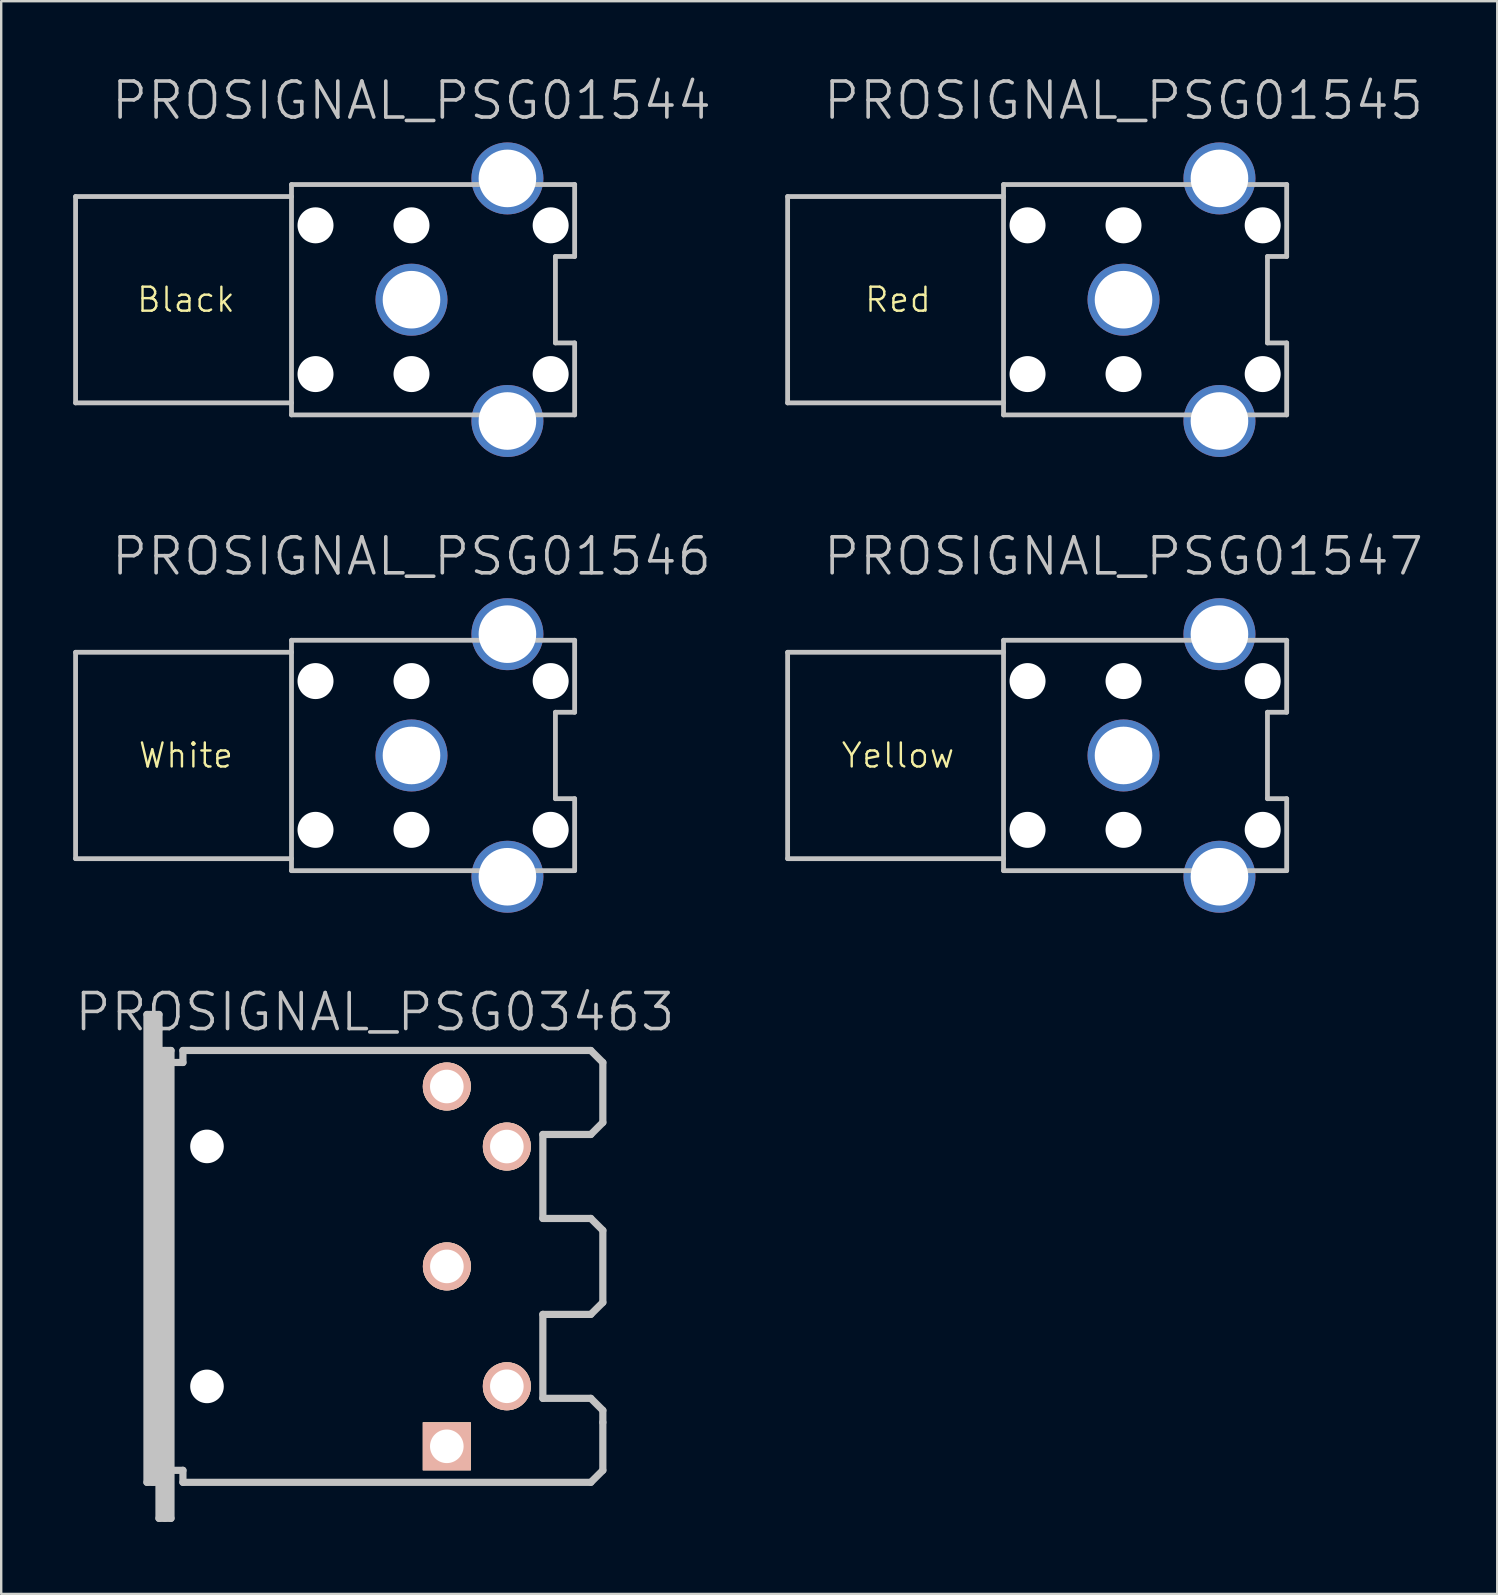
<source format=kicad_pcb>
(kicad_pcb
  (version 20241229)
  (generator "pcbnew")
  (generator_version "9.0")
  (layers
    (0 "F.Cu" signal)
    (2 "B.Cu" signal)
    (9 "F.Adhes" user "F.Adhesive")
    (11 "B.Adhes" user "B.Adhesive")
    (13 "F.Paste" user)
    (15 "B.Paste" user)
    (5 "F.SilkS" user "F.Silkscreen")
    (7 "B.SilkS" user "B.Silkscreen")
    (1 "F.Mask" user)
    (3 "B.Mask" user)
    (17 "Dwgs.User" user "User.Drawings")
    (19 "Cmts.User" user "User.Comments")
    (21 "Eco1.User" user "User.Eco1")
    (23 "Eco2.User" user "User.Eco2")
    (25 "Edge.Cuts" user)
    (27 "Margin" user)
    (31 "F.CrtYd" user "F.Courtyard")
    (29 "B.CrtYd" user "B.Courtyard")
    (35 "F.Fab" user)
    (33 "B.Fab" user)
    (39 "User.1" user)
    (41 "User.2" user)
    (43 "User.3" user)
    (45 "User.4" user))
  (footprint "PROSIGNAL_PSG03463"
    (layer "F.Cu")
    (at 12.575 49.731)
    (property "Reference" "PROSIGNAL_PSG03463" (at 0 -10.6 180) (layer "Dwgs.User") (effects (font (size 1.5 1.5) (thickness 0.15))))
    (attr through_hole)
    (fp_line (start -9.5 -10.5) (end -8.999 -10.5) (stroke (width 0.3) (type solid)) (layer "Dwgs.User"))
    (fp_line (start -9.5 8.999) (end -9.5 -10.5) (stroke (width 0.3) (type solid)) (layer "Dwgs.User"))
    (fp_line (start -9.251 -10.5) (end -9.251 8.999) (stroke (width 0.3) (type solid)) (layer "Dwgs.User"))
    (fp_line (start -8.999 -10.5) (end -8.999 -8.999) (stroke (width 0.3) (type solid)) (layer "Dwgs.User"))
    (fp_line (start -8.999 -8.999) (end -8.499 -8.999) (stroke (width 0.3) (type solid)) (layer "Dwgs.User"))
    (fp_line (start -8.999 8.999) (end -9.5 8.999) (stroke (width 0.3) (type solid)) (layer "Dwgs.User"))
    (fp_line (start -8.999 8.999) (end -8.999 -8.999) (stroke (width 0.3) (type solid)) (layer "Dwgs.User"))
    (fp_line (start -8.999 10.5) (end -8.999 8.999) (stroke (width 0.3) (type solid)) (layer "Dwgs.User"))
    (fp_line (start -8.75 -8.999) (end -8.75 10.5) (stroke (width 0.3) (type solid)) (layer "Dwgs.User"))
    (fp_line (start -8.499 -8.999) (end -8.499 10.5) (stroke (width 0.3) (type solid)) (layer "Dwgs.User"))
    (fp_line (start -8.499 8.499) (end -8.001 8.499) (stroke (width 0.3) (type solid)) (layer "Dwgs.User"))
    (fp_line (start -8.499 10.5) (end -8.999 10.5) (stroke (width 0.3) (type solid)) (layer "Dwgs.User"))
    (fp_line (start -8.001 -8.999) (end -8.001 -8.499) (stroke (width 0.3) (type solid)) (layer "Dwgs.User"))
    (fp_line (start -8.001 -8.499) (end -8.499 -8.499) (stroke (width 0.3) (type solid)) (layer "Dwgs.User"))
    (fp_line (start -8.001 8.999) (end -8.001 8.499) (stroke (width 0.3) (type solid)) (layer "Dwgs.User"))
    (fp_line (start 7 -5.499) (end 7 -1.999) (stroke (width 0.3) (type solid)) (layer "Dwgs.User"))
    (fp_line (start 7 5.499) (end 7 1.999) (stroke (width 0.3) (type solid)) (layer "Dwgs.User"))
    (fp_line (start 8.999 -8.999) (end -8.001 -8.999) (stroke (width 0.3) (type solid)) (layer "Dwgs.User"))
    (fp_line (start 8.999 -8.999) (end 9.5 -8.499) (stroke (width 0.3) (type solid)) (layer "Dwgs.User"))
    (fp_line (start 8.999 -5.499) (end 7 -5.499) (stroke (width 0.3) (type solid)) (layer "Dwgs.User"))
    (fp_line (start 8.999 -1.999) (end 7 -1.999) (stroke (width 0.3) (type solid)) (layer "Dwgs.User"))
    (fp_line (start 8.999 1.999) (end 7 1.999) (stroke (width 0.3) (type solid)) (layer "Dwgs.User"))
    (fp_line (start 8.999 5.499) (end 7 5.499) (stroke (width 0.3) (type solid)) (layer "Dwgs.User"))
    (fp_line (start 8.999 8.999) (end -8.001 8.999) (stroke (width 0.3) (type solid)) (layer "Dwgs.User"))
    (fp_line (start 8.999 8.999) (end 9.5 8.499) (stroke (width 0.3) (type solid)) (layer "Dwgs.User"))
    (fp_line (start 9.5 -8.499) (end 9.5 -5.999) (stroke (width 0.3) (type solid)) (layer "Dwgs.User"))
    (fp_line (start 9.5 -5.999) (end 8.999 -5.499) (stroke (width 0.3) (type solid)) (layer "Dwgs.User"))
    (fp_line (start 9.5 -1.501) (end 8.999 -1.999) (stroke (width 0.3) (type solid)) (layer "Dwgs.User"))
    (fp_line (start 9.5 -1.501) (end 9.5 1.501) (stroke (width 0.3) (type solid)) (layer "Dwgs.User"))
    (fp_line (start 9.5 1.501) (end 8.999 1.999) (stroke (width 0.3) (type solid)) (layer "Dwgs.User"))
    (fp_line (start 9.5 5.999) (end 8.999 5.499) (stroke (width 0.3) (type solid)) (layer "Dwgs.User"))
    (fp_line (start 9.5 6.5) (end 9.5 5.999) (stroke (width 0.3) (type solid)) (layer "Dwgs.User"))
    (fp_line (start 9.5 8.499) (end 9.5 6.5) (stroke (width 0.3) (type solid)) (layer "Dwgs.User"))
    (pad "" np_thru_hole circle (at -6.998 -5.001 270) (size 1.4 1.4) (drill 1.4) (layers "*.Cu" "*.Mask"))
    (pad "" np_thru_hole circle (at -6.998 5.001 270) (size 1.4 1.4) (drill 1.4) (layers "*.Cu" "*.Mask"))
    (pad "1" thru_hole rect (at 2.997 7.498 270) (size 2 2) (drill 1.4) (layers "*.Cu" "*.SilkS" "*.Mask"))
    (pad "2" thru_hole circle (at 3 0 270) (size 2 2) (drill 1.4) (layers "*.Cu" "*.SilkS" "*.Mask"))
    (pad "3" thru_hole circle (at 2.997 -7.498 270) (size 2 2) (drill 1.4) (layers "*.Cu" "*.SilkS" "*.Mask"))
    (pad "4" thru_hole circle (at 5.499 4.996 270) (size 2 2) (drill 1.4) (layers "*.Cu" "*.SilkS" "*.Mask"))
    (pad "5" thru_hole circle (at 5.499 -4.996 270) (size 2 2) (drill 1.4) (layers "*.Cu" "*.SilkS" "*.Mask")))
  (footprint "PROSIGNAL_PSG01545"
    (layer "F.Cu")
    (at 43.776 9.441)
    (property "Reference" "PROSIGNAL_PSG01545" (at 0 -8.3 180) (layer "Dwgs.User") (effects (font (size 1.5 1.5) (thickness 0.15))))
    (attr through_hole)
    (fp_line (start -14 -4.3) (end -14 4.3) (stroke (width 0.2) (type solid)) (layer "Dwgs.User"))
    (fp_line (start -14 4.3) (end -5.001 4.3) (stroke (width 0.2) (type solid)) (layer "Dwgs.User"))
    (fp_line (start -5.001 -4.3) (end -14 -4.3) (stroke (width 0.2) (type solid)) (layer "Dwgs.User"))
    (fp_line (start -5.001 4.801) (end -5.001 -4.801) (stroke (width 0.2) (type solid)) (layer "Dwgs.User"))
    (fp_line (start -4.999 -4.801) (end 6.802 -4.801) (stroke (width 0.2) (type solid)) (layer "Dwgs.User"))
    (fp_line (start 3.099 -5.4) (end 4.9 -5.4) (stroke (width 0.2) (type solid)) (layer "Dwgs.User"))
    (fp_line (start 3.099 -4.801) (end 3.099 -5.4) (stroke (width 0.2) (type solid)) (layer "Dwgs.User"))
    (fp_line (start 3.099 5.4) (end 3.099 4.801) (stroke (width 0.2) (type solid)) (layer "Dwgs.User"))
    (fp_line (start 4.9 -5.4) (end 4.9 -4.801) (stroke (width 0.2) (type solid)) (layer "Dwgs.User"))
    (fp_line (start 4.9 4.801) (end 4.9 5.4) (stroke (width 0.2) (type solid)) (layer "Dwgs.User"))
    (fp_line (start 4.9 5.4) (end 3.099 5.4) (stroke (width 0.2) (type solid)) (layer "Dwgs.User"))
    (fp_line (start 5.999 -1.801) (end 5.999 1.801) (stroke (width 0.2) (type solid)) (layer "Dwgs.User"))
    (fp_line (start 5.999 1.801) (end 6.8 1.801) (stroke (width 0.2) (type solid)) (layer "Dwgs.User"))
    (fp_line (start 6.8 -4.801) (end 6.8 -1.801) (stroke (width 0.2) (type solid)) (layer "Dwgs.User"))
    (fp_line (start 6.8 -1.801) (end 5.999 -1.801) (stroke (width 0.2) (type solid)) (layer "Dwgs.User"))
    (fp_line (start 6.8 1.801) (end 6.8 4.801) (stroke (width 0.2) (type solid)) (layer "Dwgs.User"))
    (fp_line (start 6.8 4.801) (end -5.001 4.801) (stroke (width 0.2) (type solid)) (layer "Dwgs.User"))
    (fp_circle (center -4 -3.1) (end -3.949 -3.6) (stroke (width 0.2) (type solid)) (fill no) (layer "Dwgs.User"))
    (fp_circle (center -4 3.1) (end -3.949 2.6) (stroke (width 0.2) (type solid)) (fill no) (layer "Dwgs.User"))
    (fp_circle (center 0 -3.1) (end 0 -3.6) (stroke (width 0.2) (type solid)) (fill no) (layer "Dwgs.User"))
    (fp_circle (center 0 3.1) (end 0.051 2.6) (stroke (width 0.2) (type solid)) (fill no) (layer "Dwgs.User"))
    (fp_circle (center 5.8 -3.1) (end 5.851 -3.6) (stroke (width 0.2) (type solid)) (fill no) (layer "Dwgs.User"))
    (fp_circle (center 5.8 3.1) (end 5.851 2.6) (stroke (width 0.2) (type solid)) (fill no) (layer "Dwgs.User"))
    (fp_text user "Red" (at -9.4 0 0) (layer "F.SilkS") (effects (font (size 1 1) (thickness 0.1))))
    (pad "" np_thru_hole circle (at -4 -3.1 270) (size 1.5 1.5) (drill 1.5) (layers "*.Cu" "*.Mask"))
    (pad "" np_thru_hole circle (at -4 3.1 270) (size 1.5 1.5) (drill 1.5) (layers "*.Cu" "*.Mask"))
    (pad "" np_thru_hole circle (at 0 -3.1 270) (size 1.5 1.5) (drill 1.5) (layers "*.Cu" "*.Mask"))
    (pad "" np_thru_hole circle (at 0 3.1 270) (size 1.5 1.5) (drill 1.5) (layers "*.Cu" "*.Mask"))
    (pad "" np_thru_hole circle (at 5.8 -3.1 270) (size 1.5 1.5) (drill 1.5) (layers "*.Cu" "*.Mask"))
    (pad "" np_thru_hole circle (at 5.8 3.1 270) (size 1.5 1.5) (drill 1.5) (layers "*.Cu" "*.Mask"))
    (pad "1" thru_hole circle (at 0 0 270) (size 3 3) (drill 2.4) (layers "*.Cu" "*.Mask"))
    (pad "2" thru_hole circle (at 3.998 -5.055 270) (size 3 3) (drill 2.4) (layers "*.Cu" "*.Mask"))
    (pad "2" thru_hole circle (at 3.998 5.055 270) (size 3 3) (drill 2.4) (layers "*.Cu" "*.Mask")))
  (footprint "PROSIGNAL_PSG01546"
    (layer "F.Cu")
    (at 14.1 28.436)
    (property "Reference" "PROSIGNAL_PSG01546" (at 0 -8.3 180) (layer "Dwgs.User") (effects (font (size 1.5 1.5) (thickness 0.15))))
    (attr through_hole)
    (fp_line (start -14 -4.3) (end -14 4.3) (stroke (width 0.2) (type solid)) (layer "Dwgs.User"))
    (fp_line (start -14 4.3) (end -5.001 4.3) (stroke (width 0.2) (type solid)) (layer "Dwgs.User"))
    (fp_line (start -5.001 -4.3) (end -14 -4.3) (stroke (width 0.2) (type solid)) (layer "Dwgs.User"))
    (fp_line (start -5.001 4.801) (end -5.001 -4.801) (stroke (width 0.2) (type solid)) (layer "Dwgs.User"))
    (fp_line (start -4.999 -4.801) (end 6.802 -4.801) (stroke (width 0.2) (type solid)) (layer "Dwgs.User"))
    (fp_line (start 3.099 -5.4) (end 4.9 -5.4) (stroke (width 0.2) (type solid)) (layer "Dwgs.User"))
    (fp_line (start 3.099 -4.801) (end 3.099 -5.4) (stroke (width 0.2) (type solid)) (layer "Dwgs.User"))
    (fp_line (start 3.099 5.4) (end 3.099 4.801) (stroke (width 0.2) (type solid)) (layer "Dwgs.User"))
    (fp_line (start 4.9 -5.4) (end 4.9 -4.801) (stroke (width 0.2) (type solid)) (layer "Dwgs.User"))
    (fp_line (start 4.9 4.801) (end 4.9 5.4) (stroke (width 0.2) (type solid)) (layer "Dwgs.User"))
    (fp_line (start 4.9 5.4) (end 3.099 5.4) (stroke (width 0.2) (type solid)) (layer "Dwgs.User"))
    (fp_line (start 5.999 -1.801) (end 5.999 1.801) (stroke (width 0.2) (type solid)) (layer "Dwgs.User"))
    (fp_line (start 5.999 1.801) (end 6.8 1.801) (stroke (width 0.2) (type solid)) (layer "Dwgs.User"))
    (fp_line (start 6.8 -4.801) (end 6.8 -1.801) (stroke (width 0.2) (type solid)) (layer "Dwgs.User"))
    (fp_line (start 6.8 -1.801) (end 5.999 -1.801) (stroke (width 0.2) (type solid)) (layer "Dwgs.User"))
    (fp_line (start 6.8 1.801) (end 6.8 4.801) (stroke (width 0.2) (type solid)) (layer "Dwgs.User"))
    (fp_line (start 6.8 4.801) (end -5.001 4.801) (stroke (width 0.2) (type solid)) (layer "Dwgs.User"))
    (fp_circle (center -4 -3.1) (end -3.949 -3.6) (stroke (width 0.2) (type solid)) (fill no) (layer "Dwgs.User"))
    (fp_circle (center -4 3.1) (end -3.949 2.6) (stroke (width 0.2) (type solid)) (fill no) (layer "Dwgs.User"))
    (fp_circle (center 0 -3.1) (end 0 -3.6) (stroke (width 0.2) (type solid)) (fill no) (layer "Dwgs.User"))
    (fp_circle (center 0 3.1) (end 0.051 2.6) (stroke (width 0.2) (type solid)) (fill no) (layer "Dwgs.User"))
    (fp_circle (center 5.8 -3.1) (end 5.851 -3.6) (stroke (width 0.2) (type solid)) (fill no) (layer "Dwgs.User"))
    (fp_circle (center 5.8 3.1) (end 5.851 2.6) (stroke (width 0.2) (type solid)) (fill no) (layer "Dwgs.User"))
    (fp_text user "White" (at -9.4 0 0) (layer "F.SilkS") (effects (font (size 1 1) (thickness 0.1))))
    (pad "" np_thru_hole circle (at -4 -3.1 270) (size 1.5 1.5) (drill 1.5) (layers "*.Cu" "*.Mask"))
    (pad "" np_thru_hole circle (at -4 3.1 270) (size 1.5 1.5) (drill 1.5) (layers "*.Cu" "*.Mask"))
    (pad "" np_thru_hole circle (at 0 -3.1 270) (size 1.5 1.5) (drill 1.5) (layers "*.Cu" "*.Mask"))
    (pad "" np_thru_hole circle (at 0 3.1 270) (size 1.5 1.5) (drill 1.5) (layers "*.Cu" "*.Mask"))
    (pad "" np_thru_hole circle (at 5.8 -3.1 270) (size 1.5 1.5) (drill 1.5) (layers "*.Cu" "*.Mask"))
    (pad "" np_thru_hole circle (at 5.8 3.1 270) (size 1.5 1.5) (drill 1.5) (layers "*.Cu" "*.Mask"))
    (pad "1" thru_hole circle (at 0 0 270) (size 3 3) (drill 2.4) (layers "*.Cu" "*.Mask"))
    (pad "2" thru_hole circle (at 3.998 -5.055 270) (size 3 3) (drill 2.4) (layers "*.Cu" "*.Mask"))
    (pad "2" thru_hole circle (at 3.998 5.055 270) (size 3 3) (drill 2.4) (layers "*.Cu" "*.Mask")))
  (footprint "PROSIGNAL_PSG01544"
    (layer "F.Cu")
    (at 14.1 9.441)
    (property "Reference" "PROSIGNAL_PSG01544" (at 0 -8.3 180) (layer "Dwgs.User") (effects (font (size 1.5 1.5) (thickness 0.15))))
    (attr through_hole)
    (fp_line (start -14 -4.3) (end -14 4.3) (stroke (width 0.2) (type solid)) (layer "Dwgs.User"))
    (fp_line (start -14 4.3) (end -5.001 4.3) (stroke (width 0.2) (type solid)) (layer "Dwgs.User"))
    (fp_line (start -5.001 -4.3) (end -14 -4.3) (stroke (width 0.2) (type solid)) (layer "Dwgs.User"))
    (fp_line (start -5.001 4.801) (end -5.001 -4.801) (stroke (width 0.2) (type solid)) (layer "Dwgs.User"))
    (fp_line (start -4.999 -4.801) (end 6.802 -4.801) (stroke (width 0.2) (type solid)) (layer "Dwgs.User"))
    (fp_line (start 3.099 -5.4) (end 4.9 -5.4) (stroke (width 0.2) (type solid)) (layer "Dwgs.User"))
    (fp_line (start 3.099 -4.801) (end 3.099 -5.4) (stroke (width 0.2) (type solid)) (layer "Dwgs.User"))
    (fp_line (start 3.099 5.4) (end 3.099 4.801) (stroke (width 0.2) (type solid)) (layer "Dwgs.User"))
    (fp_line (start 4.9 -5.4) (end 4.9 -4.801) (stroke (width 0.2) (type solid)) (layer "Dwgs.User"))
    (fp_line (start 4.9 4.801) (end 4.9 5.4) (stroke (width 0.2) (type solid)) (layer "Dwgs.User"))
    (fp_line (start 4.9 5.4) (end 3.099 5.4) (stroke (width 0.2) (type solid)) (layer "Dwgs.User"))
    (fp_line (start 5.999 -1.801) (end 5.999 1.801) (stroke (width 0.2) (type solid)) (layer "Dwgs.User"))
    (fp_line (start 5.999 1.801) (end 6.8 1.801) (stroke (width 0.2) (type solid)) (layer "Dwgs.User"))
    (fp_line (start 6.8 -4.801) (end 6.8 -1.801) (stroke (width 0.2) (type solid)) (layer "Dwgs.User"))
    (fp_line (start 6.8 -1.801) (end 5.999 -1.801) (stroke (width 0.2) (type solid)) (layer "Dwgs.User"))
    (fp_line (start 6.8 1.801) (end 6.8 4.801) (stroke (width 0.2) (type solid)) (layer "Dwgs.User"))
    (fp_line (start 6.8 4.801) (end -5.001 4.801) (stroke (width 0.2) (type solid)) (layer "Dwgs.User"))
    (fp_circle (center -4 -3.1) (end -3.949 -3.6) (stroke (width 0.2) (type solid)) (fill no) (layer "Dwgs.User"))
    (fp_circle (center -4 3.1) (end -3.949 2.6) (stroke (width 0.2) (type solid)) (fill no) (layer "Dwgs.User"))
    (fp_circle (center 0 -3.1) (end 0 -3.6) (stroke (width 0.2) (type solid)) (fill no) (layer "Dwgs.User"))
    (fp_circle (center 0 3.1) (end 0.051 2.6) (stroke (width 0.2) (type solid)) (fill no) (layer "Dwgs.User"))
    (fp_circle (center 5.8 -3.1) (end 5.851 -3.6) (stroke (width 0.2) (type solid)) (fill no) (layer "Dwgs.User"))
    (fp_circle (center 5.8 3.1) (end 5.851 2.6) (stroke (width 0.2) (type solid)) (fill no) (layer "Dwgs.User"))
    (fp_text user "Black" (at -9.4 0 0) (layer "F.SilkS") (effects (font (size 1 1) (thickness 0.1))))
    (pad "" np_thru_hole circle (at -4 -3.1 270) (size 1.5 1.5) (drill 1.5) (layers "*.Cu" "*.Mask"))
    (pad "" np_thru_hole circle (at -4 3.1 270) (size 1.5 1.5) (drill 1.5) (layers "*.Cu" "*.Mask"))
    (pad "" np_thru_hole circle (at 0 -3.1 270) (size 1.5 1.5) (drill 1.5) (layers "*.Cu" "*.Mask"))
    (pad "" np_thru_hole circle (at 0 3.1 270) (size 1.5 1.5) (drill 1.5) (layers "*.Cu" "*.Mask"))
    (pad "" np_thru_hole circle (at 5.8 -3.1 270) (size 1.5 1.5) (drill 1.5) (layers "*.Cu" "*.Mask"))
    (pad "" np_thru_hole circle (at 5.8 3.1 270) (size 1.5 1.5) (drill 1.5) (layers "*.Cu" "*.Mask"))
    (pad "1" thru_hole circle (at 0 0 270) (size 3 3) (drill 2.4) (layers "*.Cu" "*.Mask"))
    (pad "2" thru_hole circle (at 3.998 -5.055 270) (size 3 3) (drill 2.4) (layers "*.Cu" "*.Mask"))
    (pad "2" thru_hole circle (at 3.998 5.055 270) (size 3 3) (drill 2.4) (layers "*.Cu" "*.Mask")))
  (footprint "PROSIGNAL_PSG01547"
    (layer "F.Cu")
    (at 43.776 28.436)
    (property "Reference" "PROSIGNAL_PSG01547" (at 0 -8.3 180) (layer "Dwgs.User") (effects (font (size 1.5 1.5) (thickness 0.15))))
    (attr through_hole)
    (fp_line (start -14 -4.3) (end -14 4.3) (stroke (width 0.2) (type solid)) (layer "Dwgs.User"))
    (fp_line (start -14 4.3) (end -5.001 4.3) (stroke (width 0.2) (type solid)) (layer "Dwgs.User"))
    (fp_line (start -5.001 -4.3) (end -14 -4.3) (stroke (width 0.2) (type solid)) (layer "Dwgs.User"))
    (fp_line (start -5.001 4.801) (end -5.001 -4.801) (stroke (width 0.2) (type solid)) (layer "Dwgs.User"))
    (fp_line (start -4.999 -4.801) (end 6.802 -4.801) (stroke (width 0.2) (type solid)) (layer "Dwgs.User"))
    (fp_line (start 3.099 -5.4) (end 4.9 -5.4) (stroke (width 0.2) (type solid)) (layer "Dwgs.User"))
    (fp_line (start 3.099 -4.801) (end 3.099 -5.4) (stroke (width 0.2) (type solid)) (layer "Dwgs.User"))
    (fp_line (start 3.099 5.4) (end 3.099 4.801) (stroke (width 0.2) (type solid)) (layer "Dwgs.User"))
    (fp_line (start 4.9 -5.4) (end 4.9 -4.801) (stroke (width 0.2) (type solid)) (layer "Dwgs.User"))
    (fp_line (start 4.9 4.801) (end 4.9 5.4) (stroke (width 0.2) (type solid)) (layer "Dwgs.User"))
    (fp_line (start 4.9 5.4) (end 3.099 5.4) (stroke (width 0.2) (type solid)) (layer "Dwgs.User"))
    (fp_line (start 5.999 -1.801) (end 5.999 1.801) (stroke (width 0.2) (type solid)) (layer "Dwgs.User"))
    (fp_line (start 5.999 1.801) (end 6.8 1.801) (stroke (width 0.2) (type solid)) (layer "Dwgs.User"))
    (fp_line (start 6.8 -4.801) (end 6.8 -1.801) (stroke (width 0.2) (type solid)) (layer "Dwgs.User"))
    (fp_line (start 6.8 -1.801) (end 5.999 -1.801) (stroke (width 0.2) (type solid)) (layer "Dwgs.User"))
    (fp_line (start 6.8 1.801) (end 6.8 4.801) (stroke (width 0.2) (type solid)) (layer "Dwgs.User"))
    (fp_line (start 6.8 4.801) (end -5.001 4.801) (stroke (width 0.2) (type solid)) (layer "Dwgs.User"))
    (fp_circle (center -4 -3.1) (end -3.949 -3.6) (stroke (width 0.2) (type solid)) (fill no) (layer "Dwgs.User"))
    (fp_circle (center -4 3.1) (end -3.949 2.6) (stroke (width 0.2) (type solid)) (fill no) (layer "Dwgs.User"))
    (fp_circle (center 0 -3.1) (end 0 -3.6) (stroke (width 0.2) (type solid)) (fill no) (layer "Dwgs.User"))
    (fp_circle (center 0 3.1) (end 0.051 2.6) (stroke (width 0.2) (type solid)) (fill no) (layer "Dwgs.User"))
    (fp_circle (center 5.8 -3.1) (end 5.851 -3.6) (stroke (width 0.2) (type solid)) (fill no) (layer "Dwgs.User"))
    (fp_circle (center 5.8 3.1) (end 5.851 2.6) (stroke (width 0.2) (type solid)) (fill no) (layer "Dwgs.User"))
    (fp_text user "Yellow" (at -9.4 0 0) (layer "F.SilkS") (effects (font (size 1 1) (thickness 0.1))))
    (pad "" np_thru_hole circle (at -4 -3.1 270) (size 1.5 1.5) (drill 1.5) (layers "*.Cu" "*.Mask"))
    (pad "" np_thru_hole circle (at -4 3.1 270) (size 1.5 1.5) (drill 1.5) (layers "*.Cu" "*.Mask"))
    (pad "" np_thru_hole circle (at 0 -3.1 270) (size 1.5 1.5) (drill 1.5) (layers "*.Cu" "*.Mask"))
    (pad "" np_thru_hole circle (at 0 3.1 270) (size 1.5 1.5) (drill 1.5) (layers "*.Cu" "*.Mask"))
    (pad "" np_thru_hole circle (at 5.8 -3.1 270) (size 1.5 1.5) (drill 1.5) (layers "*.Cu" "*.Mask"))
    (pad "" np_thru_hole circle (at 5.8 3.1 270) (size 1.5 1.5) (drill 1.5) (layers "*.Cu" "*.Mask"))
    (pad "1" thru_hole circle (at 0 0 270) (size 3 3) (drill 2.4) (layers "*.Cu" "*.Mask"))
    (pad "2" thru_hole circle (at 3.998 -5.055 270) (size 3 3) (drill 2.4) (layers "*.Cu" "*.Mask"))
    (pad "2" thru_hole circle (at 3.998 5.055 270) (size 3 3) (drill 2.4) (layers "*.Cu" "*.Mask")))
  (gr_rect
    (start -3 -3)
    (end 59.351 63.382)
    (stroke (width 0.1) (type default))
    (fill no)
    (layer "Edge.Cuts")))
</source>
